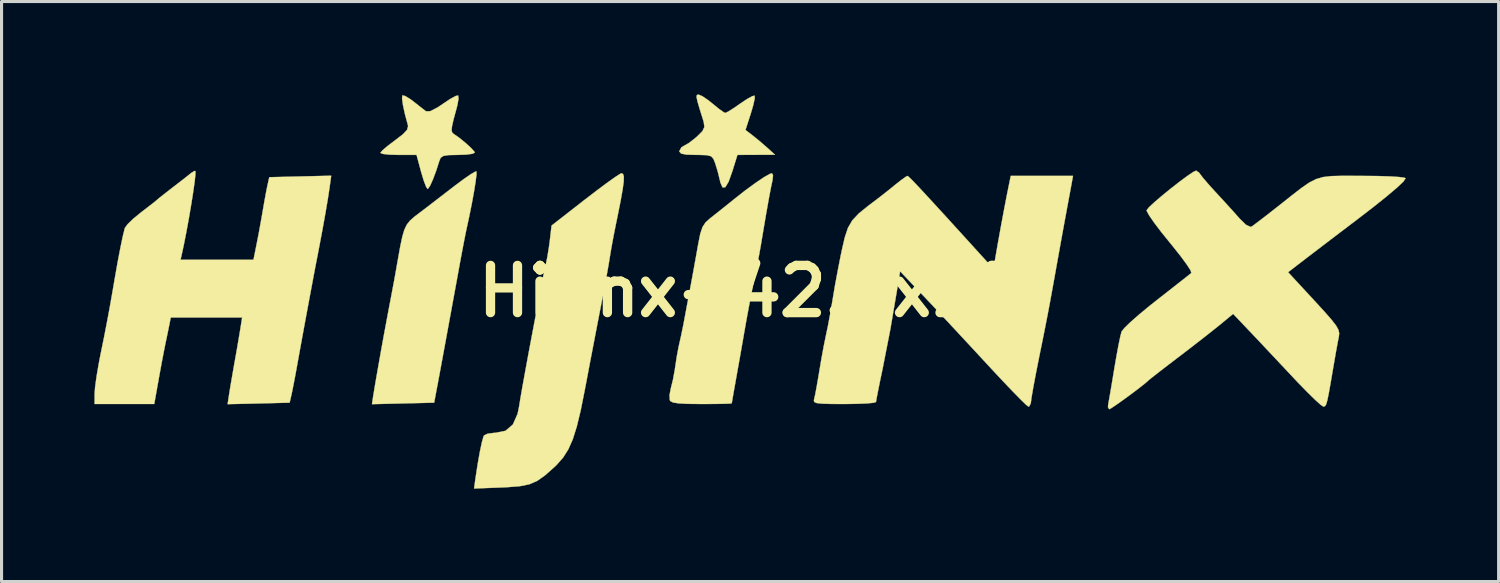
<source format=kicad_pcb>
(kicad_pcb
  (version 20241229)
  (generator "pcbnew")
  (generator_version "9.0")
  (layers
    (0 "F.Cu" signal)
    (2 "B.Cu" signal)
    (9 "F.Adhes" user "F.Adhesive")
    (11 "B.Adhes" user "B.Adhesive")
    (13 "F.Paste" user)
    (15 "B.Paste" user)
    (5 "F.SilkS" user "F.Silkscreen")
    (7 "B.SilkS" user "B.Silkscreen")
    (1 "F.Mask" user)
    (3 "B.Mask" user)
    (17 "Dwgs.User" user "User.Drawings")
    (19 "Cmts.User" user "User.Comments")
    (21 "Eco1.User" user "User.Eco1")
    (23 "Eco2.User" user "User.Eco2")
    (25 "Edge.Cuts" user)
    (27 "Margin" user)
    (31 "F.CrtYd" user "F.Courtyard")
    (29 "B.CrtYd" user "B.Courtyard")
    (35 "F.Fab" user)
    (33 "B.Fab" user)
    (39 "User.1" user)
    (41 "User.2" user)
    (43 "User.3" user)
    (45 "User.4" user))
  (footprint "Hijinx-42.3x12"
    (layer "F.Cu")
    (at 21.172 6.355)
    (property "Reference" "Hijinx-42.3x12" (at 0 0 0) (layer "F.SilkS") (effects (font (size 1.524 1.524) (thickness 0.3))))
    (attr through_hole)
    (fp_poly (pts (xy -8.835 -3.774) (xy -8.863 -3.545) (xy -8.915 -3.22) (xy -8.986 -2.831) (xy -9.07 -2.413) (xy -9.144 -2.074) (xy -9.191 -1.85) (xy -9.258 -1.51) (xy -9.334 -1.106) (xy -9.39 -0.804) (xy -9.492 -0.243) (xy -9.606 0.378) (xy -9.724 1.02) (xy -9.839 1.647) (xy -9.945 2.222) (xy -10.035 2.708) (xy -10.102 3.067) (xy -10.107 3.09) (xy -10.202 3.598) (xy -11.207 3.622) (xy -12.211 3.646) (xy -12.168 3.368) (xy -12.106 2.993) (xy -12.02 2.499) (xy -11.919 1.93) (xy -11.811 1.335) (xy -11.703 0.758) (xy -11.68 0.635) (xy -11.605 0.242) (xy -11.54 -0.102) (xy -11.492 -0.356) (xy -11.472 -0.466) (xy -11.373 -1.028) (xy -11.297 -1.45) (xy -11.231 -1.761) (xy -11.165 -1.985) (xy -11.086 -2.15) (xy -10.981 -2.283) (xy -10.838 -2.409) (xy -10.645 -2.555) (xy -10.442 -2.709) (xy -10.25 -2.857) (xy -9.972 -3.071) (xy -9.657 -3.314) (xy -9.523 -3.417) (xy -9.243 -3.625) (xy -9.016 -3.781) (xy -8.872 -3.864) (xy -8.838 -3.871) (xy -8.835 -3.774)) (stroke (width 0.01) (type solid)) (fill yes) (layer "F.SilkS"))
    (fp_poly (pts (xy -1.541 -6.298) (xy -1.347 -6.166) (xy -1.208 -6.054) (xy -1.004 -5.888) (xy -0.852 -5.781) (xy -0.801 -5.757) (xy -0.705 -5.803) (xy -0.517 -5.922) (xy -0.319 -6.059) (xy -0.092 -6.211) (xy 0.078 -6.302) (xy 0.148 -6.315) (xy 0.147 -6.217) (xy 0.101 -6.006) (xy 0.022 -5.738) (xy -0.149 -5.207) (xy 0.073 -5.038) (xy 0.291 -4.862) (xy 0.526 -4.659) (xy 0.55 -4.638) (xy 0.804 -4.408) (xy 0.198 -4.405) (xy -0.409 -4.403) (xy -0.572 -3.878) (xy -0.695 -3.534) (xy -0.801 -3.359) (xy -0.889 -3.351) (xy -0.959 -3.51) (xy -0.973 -3.573) (xy -1.045 -3.866) (xy -1.125 -4.128) (xy -1.184 -4.277) (xy -1.262 -4.36) (xy -1.404 -4.395) (xy -1.656 -4.403) (xy -1.753 -4.403) (xy -2.06 -4.412) (xy -2.227 -4.446) (xy -2.285 -4.511) (xy -2.286 -4.524) (xy -2.216 -4.65) (xy -2.138 -4.695) (xy -1.985 -4.782) (xy -1.781 -4.938) (xy -1.71 -5) (xy -1.539 -5.171) (xy -1.476 -5.304) (xy -1.497 -5.464) (xy -1.516 -5.527) (xy -1.632 -5.898) (xy -1.701 -6.136) (xy -1.729 -6.272) (xy -1.72 -6.333) (xy -1.679 -6.35) (xy -1.662 -6.35) (xy -1.541 -6.298)) (stroke (width 0.01) (type solid)) (fill yes) (layer "F.SilkS"))
    (fp_poly (pts (xy -11.141 -6.306) (xy -10.972 -6.204) (xy -10.872 -6.129) (xy -10.664 -5.965) (xy -10.502 -5.839) (xy -10.462 -5.81) (xy -10.327 -5.814) (xy -10.086 -5.939) (xy -9.918 -6.053) (xy -9.684 -6.209) (xy -9.506 -6.305) (xy -9.426 -6.321) (xy -9.416 -6.217) (xy -9.451 -6.012) (xy -9.478 -5.909) (xy -9.576 -5.549) (xy -9.628 -5.318) (xy -9.639 -5.184) (xy -9.612 -5.113) (xy -9.584 -5.09) (xy -9.391 -4.955) (xy -9.184 -4.786) (xy -9.006 -4.623) (xy -8.901 -4.505) (xy -8.89 -4.478) (xy -8.967 -4.439) (xy -9.169 -4.412) (xy -9.435 -4.403) (xy -9.733 -4.397) (xy -9.905 -4.37) (xy -9.992 -4.31) (xy -10.034 -4.212) (xy -10.135 -3.897) (xy -10.241 -3.613) (xy -10.337 -3.401) (xy -10.406 -3.304) (xy -10.413 -3.302) (xy -10.464 -3.377) (xy -10.539 -3.574) (xy -10.622 -3.85) (xy -10.623 -3.852) (xy -10.771 -4.403) (xy -11.355 -4.403) (xy -11.644 -4.411) (xy -11.853 -4.434) (xy -11.938 -4.467) (xy -11.938 -4.469) (xy -11.874 -4.548) (xy -11.707 -4.691) (xy -11.472 -4.869) (xy -11.47 -4.871) (xy -11.212 -5.068) (xy -11.078 -5.211) (xy -11.044 -5.328) (xy -11.053 -5.376) (xy -11.143 -5.707) (xy -11.208 -6.005) (xy -11.239 -6.226) (xy -11.229 -6.325) (xy -11.141 -6.306)) (stroke (width 0.01) (type solid)) (fill yes) (layer "F.SilkS"))
    (fp_poly (pts (xy 0.741 -3.74) (xy 0.722 -3.577) (xy 0.674 -3.355) (xy 0.603 -2.981) (xy 0.513 -2.471) (xy 0.406 -1.84) (xy 0.346 -1.482) (xy 0.292 -1.178) (xy 0.217 -0.794) (xy 0.141 -0.423) (xy 0.069 -0.066) (xy -0.019 0.391) (xy -0.109 0.877) (xy -0.164 1.185) (xy -0.248 1.667) (xy -0.338 2.178) (xy -0.421 2.643) (xy -0.463 2.879) (xy -0.521 3.205) (xy -0.566 3.459) (xy -0.59 3.602) (xy -0.593 3.619) (xy -0.672 3.628) (xy -0.887 3.635) (xy -1.204 3.639) (xy -1.569 3.641) (xy -2.008 3.636) (xy -2.304 3.621) (xy -2.484 3.593) (xy -2.574 3.547) (xy -2.593 3.517) (xy -2.602 3.356) (xy -2.559 3.131) (xy -2.555 3.115) (xy -2.491 2.857) (xy -2.432 2.537) (xy -2.414 2.413) (xy -2.365 2.092) (xy -2.307 1.786) (xy -2.286 1.693) (xy -2.228 1.434) (xy -2.16 1.105) (xy -2.127 0.931) (xy -2.067 0.61) (xy -1.992 0.208) (xy -1.917 -0.193) (xy -1.913 -0.212) (xy -1.833 -0.646) (xy -1.747 -1.121) (xy -1.677 -1.516) (xy -1.61 -1.853) (xy -1.537 -2.073) (xy -1.436 -2.226) (xy -1.283 -2.362) (xy -1.282 -2.362) (xy -1.067 -2.532) (xy -0.784 -2.757) (xy -0.52 -2.97) (xy -0.158 -3.255) (xy 0.176 -3.499) (xy 0.452 -3.685) (xy 0.644 -3.792) (xy 0.706 -3.81) (xy 0.741 -3.74)) (stroke (width 0.01) (type solid)) (fill yes) (layer "F.SilkS"))
    (fp_poly (pts (xy -4.103 -3.787) (xy -4.078 -3.707) (xy -4.081 -3.549) (xy -4.115 -3.293) (xy -4.181 -2.921) (xy -4.282 -2.413) (xy -4.343 -2.117) (xy -4.417 -1.744) (xy -4.484 -1.379) (xy -4.53 -1.101) (xy -4.566 -0.879) (xy -4.627 -0.533) (xy -4.706 -0.106) (xy -4.796 0.361) (xy -4.824 0.508) (xy -4.929 1.046) (xy -5.051 1.682) (xy -5.179 2.348) (xy -5.298 2.977) (xy -5.336 3.175) (xy -5.469 3.842) (xy -5.596 4.368) (xy -5.726 4.78) (xy -5.87 5.105) (xy -6.038 5.37) (xy -6.243 5.603) (xy -6.322 5.679) (xy -6.621 5.944) (xy -6.874 6.123) (xy -7.131 6.234) (xy -7.441 6.296) (xy -7.853 6.328) (xy -8.034 6.336) (xy -8.914 6.37) (xy -8.862 6) (xy -8.794 5.564) (xy -8.725 5.175) (xy -8.66 4.87) (xy -8.607 4.685) (xy -8.594 4.657) (xy -8.482 4.602) (xy -8.273 4.573) (xy -8.222 4.572) (xy -7.897 4.506) (xy -7.66 4.302) (xy -7.507 3.957) (xy -7.458 3.713) (xy -7.42 3.476) (xy -7.357 3.112) (xy -7.275 2.66) (xy -7.183 2.159) (xy -7.12 1.82) (xy -7.023 1.308) (xy -6.93 0.817) (xy -6.85 0.387) (xy -6.788 0.058) (xy -6.762 -0.085) (xy -6.698 -0.411) (xy -6.631 -0.72) (xy -6.601 -0.847) (xy -6.548 -1.103) (xy -6.494 -1.435) (xy -6.468 -1.632) (xy -6.411 -2.121) (xy -5.327 -2.966) (xy -4.956 -3.25) (xy -4.629 -3.494) (xy -4.369 -3.679) (xy -4.202 -3.788) (xy -4.154 -3.81) (xy -4.103 -3.787)) (stroke (width 0.01) (type solid)) (fill yes) (layer "F.SilkS"))
    (fp_poly (pts (xy -17.913 -3.882) (xy -17.911 -3.783) (xy -17.935 -3.549) (xy -17.982 -3.214) (xy -18.046 -2.809) (xy -18.121 -2.367) (xy -18.203 -1.92) (xy -18.286 -1.499) (xy -18.34 -1.249) (xy -18.392 -1.016) (xy -16.037 -1.016) (xy -15.939 -1.503) (xy -15.87 -1.856) (xy -15.794 -2.273) (xy -15.74 -2.582) (xy -15.681 -2.922) (xy -15.624 -3.23) (xy -15.583 -3.429) (xy -15.526 -3.683) (xy -14.526 -3.707) (xy -13.527 -3.731) (xy -13.583 -3.326) (xy -13.635 -2.985) (xy -13.713 -2.524) (xy -13.809 -1.992) (xy -13.914 -1.435) (xy -13.97 -1.143) (xy -14.034 -0.816) (xy -14.119 -0.364) (xy -14.22 0.174) (xy -14.328 0.755) (xy -14.436 1.34) (xy -14.536 1.887) (xy -14.608 2.286) (xy -14.677 2.667) (xy -14.743 3.012) (xy -14.794 3.268) (xy -14.811 3.344) (xy -14.869 3.598) (xy -16.872 3.646) (xy -16.823 3.326) (xy -16.786 3.095) (xy -16.728 2.758) (xy -16.662 2.375) (xy -16.638 2.244) (xy -16.57 1.86) (xy -16.509 1.502) (xy -16.463 1.228) (xy -16.453 1.164) (xy -16.403 0.847) (xy -18.708 0.847) (xy -18.754 1.079) (xy -18.801 1.311) (xy -18.862 1.604) (xy -18.881 1.693) (xy -18.933 1.953) (xy -19.002 2.315) (xy -19.076 2.716) (xy -19.101 2.857) (xy -19.241 3.641) (xy -21.167 3.641) (xy -21.167 3.308) (xy -21.15 3.083) (xy -21.103 2.746) (xy -21.036 2.351) (xy -20.988 2.102) (xy -20.866 1.502) (xy -20.769 1.004) (xy -20.683 0.543) (xy -20.597 0.057) (xy -20.529 -0.339) (xy -20.431 -0.899) (xy -20.338 -1.386) (xy -20.258 -1.771) (xy -20.196 -2.023) (xy -20.189 -2.045) (xy -20.102 -2.164) (xy -19.917 -2.343) (xy -19.672 -2.544) (xy -19.661 -2.553) (xy -19.417 -2.74) (xy -19.23 -2.886) (xy -19.137 -2.963) (xy -19.135 -2.965) (xy -19.051 -3.036) (xy -18.87 -3.178) (xy -18.633 -3.362) (xy -18.627 -3.367) (xy -18.375 -3.561) (xy -18.166 -3.724) (xy -18.05 -3.818) (xy -17.943 -3.884) (xy -17.913 -3.882)) (stroke (width 0.01) (type solid)) (fill yes) (layer "F.SilkS"))
    (fp_poly (pts (xy 10.385 -3.493) (xy 10.35 -3.302) (xy 10.294 -3.001) (xy 10.228 -2.646) (xy 10.209 -2.54) (xy 10.141 -2.175) (xy 10.055 -1.703) (xy 9.961 -1.182) (xy 9.869 -0.671) (xy 9.863 -0.635) (xy 9.765 -0.092) (xy 9.685 0.347) (xy 9.611 0.738) (xy 9.534 1.135) (xy 9.442 1.595) (xy 9.344 2.074) (xy 9.228 2.659) (xy 9.141 3.123) (xy 9.085 3.45) (xy 9.064 3.619) (xy 9.014 3.718) (xy 8.988 3.725) (xy 8.912 3.666) (xy 8.74 3.498) (xy 8.487 3.241) (xy 8.173 2.912) (xy 7.813 2.527) (xy 7.612 2.31) (xy 7.18 1.843) (xy 6.734 1.363) (xy 6.306 0.903) (xy 5.925 0.495) (xy 5.622 0.174) (xy 5.576 0.126) (xy 4.844 -0.644) (xy 4.796 -0.343) (xy 4.529 1.228) (xy 4.28 2.498) (xy 4.197 2.893) (xy 4.13 3.228) (xy 4.083 3.467) (xy 4.065 3.576) (xy 4.065 3.577) (xy 3.985 3.602) (xy 3.769 3.622) (xy 3.449 3.635) (xy 3.057 3.641) (xy 3.042 3.641) (xy 2.612 3.639) (xy 2.325 3.63) (xy 2.154 3.611) (xy 2.074 3.578) (xy 2.059 3.526) (xy 2.066 3.493) (xy 2.1 3.345) (xy 2.15 3.078) (xy 2.209 2.739) (xy 2.235 2.582) (xy 2.303 2.179) (xy 2.376 1.783) (xy 2.441 1.463) (xy 2.455 1.397) (xy 2.516 1.106) (xy 2.587 0.722) (xy 2.656 0.321) (xy 2.667 0.254) (xy 2.738 -0.169) (xy 2.831 -0.669) (xy 2.927 -1.159) (xy 2.959 -1.312) (xy 3.057 -1.738) (xy 3.161 -2.048) (xy 3.301 -2.29) (xy 3.509 -2.511) (xy 3.814 -2.759) (xy 3.975 -2.879) (xy 4.208 -3.057) (xy 4.491 -3.28) (xy 4.648 -3.408) (xy 4.862 -3.578) (xy 5.022 -3.693) (xy 5.082 -3.725) (xy 5.121 -3.697) (xy 5.216 -3.605) (xy 5.374 -3.441) (xy 5.603 -3.196) (xy 5.911 -2.862) (xy 6.306 -2.431) (xy 6.796 -1.893) (xy 7.39 -1.239) (xy 7.549 -1.064) (xy 7.859 -0.723) (xy 7.916 -1.06) (xy 8.001 -1.547) (xy 8.098 -2.085) (xy 8.196 -2.611) (xy 8.283 -3.064) (xy 8.318 -3.239) (xy 8.417 -3.725) (xy 10.427 -3.725) (xy 10.385 -3.493)) (stroke (width 0.01) (type solid)) (fill yes) (layer "F.SilkS"))
    (fp_poly (pts (xy 14.498 -3.831) (xy 14.537 -3.777) (xy 14.625 -3.662) (xy 14.795 -3.463) (xy 15.016 -3.218) (xy 15.071 -3.159) (xy 15.337 -2.87) (xy 15.599 -2.582) (xy 15.802 -2.353) (xy 15.813 -2.341) (xy 16.014 -2.145) (xy 16.16 -2.078) (xy 16.194 -2.087) (xy 16.299 -2.163) (xy 16.506 -2.32) (xy 16.783 -2.534) (xy 17.06 -2.751) (xy 17.482 -3.086) (xy 17.802 -3.334) (xy 18.055 -3.509) (xy 18.278 -3.622) (xy 18.505 -3.688) (xy 18.772 -3.719) (xy 19.115 -3.727) (xy 19.57 -3.726) (xy 19.762 -3.725) (xy 20.25 -3.721) (xy 20.658 -3.708) (xy 20.961 -3.689) (xy 21.135 -3.665) (xy 21.167 -3.647) (xy 21.098 -3.544) (xy 20.894 -3.35) (xy 20.561 -3.068) (xy 20.104 -2.703) (xy 19.527 -2.259) (xy 19.444 -2.197) (xy 19.043 -1.893) (xy 18.616 -1.568) (xy 18.223 -1.268) (xy 17.991 -1.091) (xy 17.372 -0.615) (xy 18.219 0.3) (xy 18.548 0.66) (xy 18.777 0.921) (xy 18.922 1.108) (xy 18.998 1.245) (xy 19.023 1.356) (xy 19.012 1.465) (xy 19.009 1.476) (xy 18.97 1.677) (xy 18.913 1.99) (xy 18.849 2.357) (xy 18.825 2.498) (xy 18.744 2.973) (xy 18.684 3.307) (xy 18.639 3.524) (xy 18.603 3.649) (xy 18.568 3.707) (xy 18.528 3.724) (xy 18.511 3.724) (xy 18.423 3.665) (xy 18.242 3.502) (xy 17.993 3.257) (xy 17.695 2.952) (xy 17.526 2.773) (xy 17.163 2.386) (xy 16.791 1.99) (xy 16.448 1.625) (xy 16.172 1.333) (xy 16.117 1.276) (xy 15.598 0.73) (xy 15.186 1.07) (xy 14.959 1.252) (xy 14.639 1.505) (xy 14.265 1.795) (xy 13.879 2.091) (xy 13.843 2.118) (xy 13.501 2.379) (xy 13.21 2.603) (xy 12.994 2.772) (xy 12.88 2.864) (xy 12.869 2.874) (xy 12.764 2.967) (xy 12.57 3.12) (xy 12.325 3.306) (xy 12.067 3.495) (xy 11.833 3.661) (xy 11.663 3.775) (xy 11.596 3.81) (xy 11.556 3.743) (xy 11.563 3.662) (xy 11.588 3.523) (xy 11.635 3.256) (xy 11.695 2.899) (xy 11.761 2.498) (xy 11.832 2.086) (xy 11.9 1.722) (xy 11.958 1.446) (xy 11.996 1.301) (xy 12.085 1.189) (xy 12.283 0.996) (xy 12.567 0.747) (xy 12.912 0.462) (xy 13.123 0.295) (xy 13.489 0.009) (xy 13.808 -0.242) (xy 14.058 -0.438) (xy 14.213 -0.561) (xy 14.249 -0.592) (xy 14.223 -0.675) (xy 14.103 -0.861) (xy 13.908 -1.127) (xy 13.655 -1.446) (xy 13.55 -1.575) (xy 13.275 -1.915) (xy 13.047 -2.216) (xy 12.885 -2.451) (xy 12.808 -2.594) (xy 12.805 -2.617) (xy 12.876 -2.707) (xy 13.051 -2.871) (xy 13.296 -3.081) (xy 13.578 -3.311) (xy 13.863 -3.533) (xy 14.119 -3.723) (xy 14.311 -3.852) (xy 14.403 -3.895) (xy 14.498 -3.831)) (stroke (width 0.01) (type solid)) (fill yes) (layer "F.SilkS")))
  (gr_rect
    (start -3 -3)
    (end 45.343 15.73)
    (stroke (width 0.1) (type default))
    (fill no)
    (layer "Edge.Cuts")))
</source>
